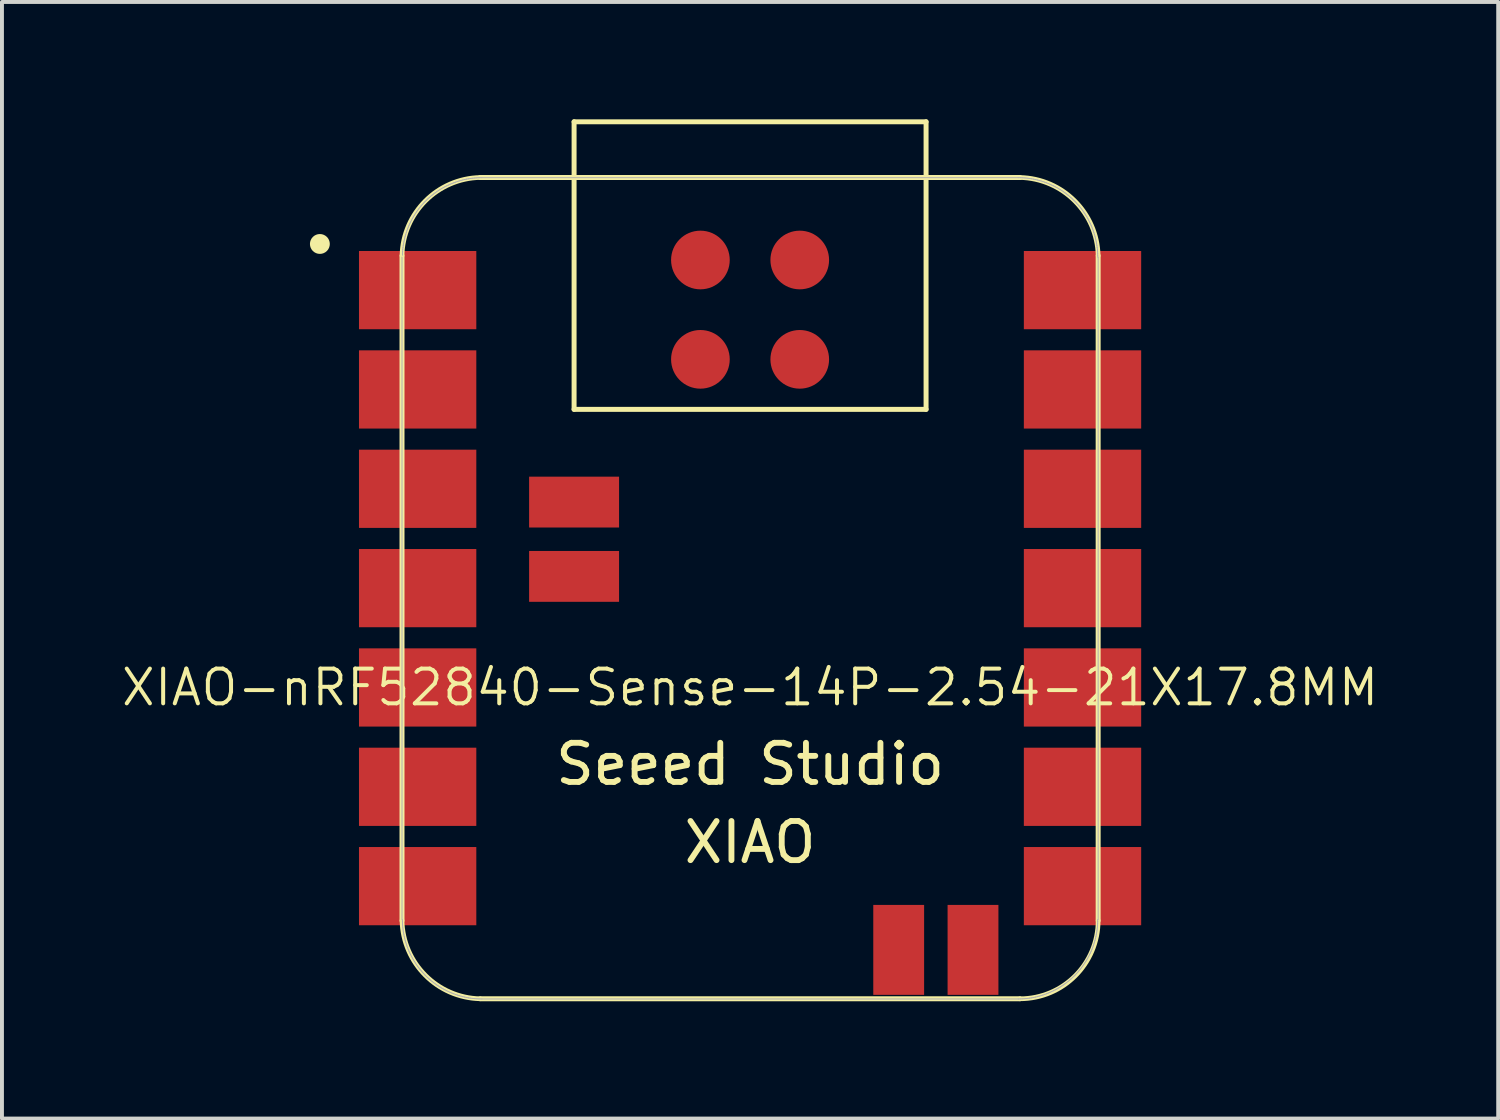
<source format=kicad_pcb>
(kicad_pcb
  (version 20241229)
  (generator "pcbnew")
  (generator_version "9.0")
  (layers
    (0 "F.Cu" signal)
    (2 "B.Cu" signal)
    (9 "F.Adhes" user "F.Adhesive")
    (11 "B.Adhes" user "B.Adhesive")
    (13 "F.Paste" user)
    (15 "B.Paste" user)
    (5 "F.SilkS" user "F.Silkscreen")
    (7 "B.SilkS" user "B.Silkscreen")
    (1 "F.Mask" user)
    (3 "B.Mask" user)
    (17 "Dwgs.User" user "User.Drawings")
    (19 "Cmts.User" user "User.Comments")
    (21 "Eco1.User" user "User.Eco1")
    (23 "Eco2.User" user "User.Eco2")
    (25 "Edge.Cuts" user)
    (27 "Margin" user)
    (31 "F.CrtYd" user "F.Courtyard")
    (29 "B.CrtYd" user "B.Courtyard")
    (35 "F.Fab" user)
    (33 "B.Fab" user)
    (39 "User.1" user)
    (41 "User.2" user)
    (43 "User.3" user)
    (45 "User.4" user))
  (footprint "XIAO-nRF52840-Sense-14P-2.54-21X17.8MM"
    (layer "F.Cu")
    (at 16.129 11.988)
    (property "Reference" "XIAO-nRF52840-Sense-14P-2.54-21X17.8MM" (at 0 2.54 0) (layer "F.SilkS") (effects (font (size 0.889 0.889) (thickness 0.102))))
    (attr smd)
    (fp_line (start -8.9 -8.5) (end -8.9 8.5) (stroke (width 0.127) (type solid)) (layer "F.SilkS"))
    (fp_line (start -6.9 10.5) (end 6.9 10.5) (stroke (width 0.127) (type solid)) (layer "F.SilkS"))
    (fp_line (start -4.5 -11.924) (end 4.5 -11.924) (stroke (width 0.127) (type solid)) (layer "F.SilkS"))
    (fp_line (start -4.5 -4.571) (end -4.5 -11.924) (stroke (width 0.127) (type solid)) (layer "F.SilkS"))
    (fp_line (start 4.5 -11.924) (end 4.5 -4.571) (stroke (width 0.127) (type solid)) (layer "F.SilkS"))
    (fp_line (start 4.5 -4.571) (end -4.5 -4.571) (stroke (width 0.127) (type solid)) (layer "F.SilkS"))
    (fp_line (start 6.9 -10.499) (end -6.9 -10.499) (stroke (width 0.127) (type solid)) (layer "F.SilkS"))
    (fp_line (start 8.9 8.5) (end 8.9 -8.5) (stroke (width 0.127) (type solid)) (layer "F.SilkS"))
    (fp_arc (start -8.9 -8.5) (mid -8.301491 -9.901491) (end -6.9 -10.5) (stroke (width 0.12) (type solid)) (layer "F.SilkS"))
    (fp_arc (start -6.9 10.5) (mid -8.301423 9.901423) (end -8.9 8.5) (stroke (width 0.12) (type solid)) (layer "F.SilkS"))
    (fp_arc (start 6.9 -10.5) (mid 8.301491 -9.901491) (end 8.9 -8.5) (stroke (width 0.12) (type solid)) (layer "F.SilkS"))
    (fp_arc (start 8.9 8.5) (mid 8.314214 9.914214) (end 6.9 10.5) (stroke (width 0.12) (type solid)) (layer "F.SilkS"))
    (fp_circle (center -11 -8.8) (end -11 -9.054) (stroke (width 0) (type solid)) (fill yes) (layer "F.SilkS"))
    (fp_poly (pts (xy -8.888 -8.562) (xy -8.885 -8.61) (xy -8.881 -8.659)) (stroke (width 0.025) (type solid)) (fill no) (layer "F.SilkS"))
    (fp_poly (pts (xy 8.889 8.522) (xy 8.888 8.571) (xy 8.885 8.62) (xy 8.881 8.669) (xy 8.875 8.717) (xy 8.869 8.766) (xy 8.861 8.815) (xy 8.852 8.863) (xy 8.842 8.911)) (stroke (width 0.025) (type solid)) (fill no) (layer "F.SilkS"))
    (fp_line (start -8.9 -8.463) (end -8.9 8.473) (stroke (width 0.025) (type solid)) (layer "F.Fab"))
    (fp_line (start -8.89 8.473) (end -8.889 8.522) (stroke (width 0.025) (type solid)) (layer "F.Fab"))
    (fp_line (start -8.889 8.522) (end -8.888 8.571) (stroke (width 0.025) (type solid)) (layer "F.Fab"))
    (fp_line (start -8.888 -8.562) (end -8.889 -8.512) (stroke (width 0.025) (type solid)) (layer "F.Fab"))
    (fp_line (start -8.888 8.571) (end -8.885 8.62) (stroke (width 0.025) (type solid)) (layer "F.Fab"))
    (fp_line (start -8.885 -8.61) (end -8.888 -8.562) (stroke (width 0.025) (type solid)) (layer "F.Fab"))
    (fp_line (start -8.885 8.62) (end -8.881 8.669) (stroke (width 0.025) (type solid)) (layer "F.Fab"))
    (fp_line (start -8.881 -8.659) (end -8.885 -8.61) (stroke (width 0.025) (type solid)) (layer "F.Fab"))
    (fp_line (start -8.881 8.669) (end -8.875 8.717) (stroke (width 0.025) (type solid)) (layer "F.Fab"))
    (fp_line (start -8.875 -8.708) (end -8.881 -8.659) (stroke (width 0.025) (type solid)) (layer "F.Fab"))
    (fp_line (start -8.875 8.717) (end -8.869 8.766) (stroke (width 0.025) (type solid)) (layer "F.Fab"))
    (fp_line (start -8.869 -8.757) (end -8.875 -8.708) (stroke (width 0.025) (type solid)) (layer "F.Fab"))
    (fp_line (start -8.869 8.766) (end -8.861 8.815) (stroke (width 0.025) (type solid)) (layer "F.Fab"))
    (fp_line (start -8.861 -8.806) (end -8.869 -8.757) (stroke (width 0.025) (type solid)) (layer "F.Fab"))
    (fp_line (start -8.861 8.815) (end -8.852 8.863) (stroke (width 0.025) (type solid)) (layer "F.Fab"))
    (fp_line (start -8.852 -8.854) (end -8.861 -8.806) (stroke (width 0.025) (type solid)) (layer "F.Fab"))
    (fp_line (start -8.852 8.863) (end -8.842 8.911) (stroke (width 0.025) (type solid)) (layer "F.Fab"))
    (fp_line (start -8.842 -8.902) (end -8.852 -8.854) (stroke (width 0.025) (type solid)) (layer "F.Fab"))
    (fp_line (start -8.842 8.911) (end -8.831 8.959) (stroke (width 0.025) (type solid)) (layer "F.Fab"))
    (fp_line (start -8.831 -8.95) (end -8.842 -8.902) (stroke (width 0.025) (type solid)) (layer "F.Fab"))
    (fp_line (start -8.831 8.959) (end -8.819 9.006) (stroke (width 0.025) (type solid)) (layer "F.Fab"))
    (fp_line (start -8.819 -8.997) (end -8.831 -8.95) (stroke (width 0.025) (type solid)) (layer "F.Fab"))
    (fp_line (start -8.819 9.006) (end -8.805 9.054) (stroke (width 0.025) (type solid)) (layer "F.Fab"))
    (fp_line (start -8.805 -9.045) (end -8.819 -8.997) (stroke (width 0.025) (type solid)) (layer "F.Fab"))
    (fp_line (start -8.805 9.054) (end -8.79 9.1) (stroke (width 0.025) (type solid)) (layer "F.Fab"))
    (fp_line (start -8.79 -9.091) (end -8.805 -9.045) (stroke (width 0.025) (type solid)) (layer "F.Fab"))
    (fp_line (start -8.79 9.1) (end -8.775 9.147) (stroke (width 0.025) (type solid)) (layer "F.Fab"))
    (fp_line (start -8.775 -9.138) (end -8.79 -9.091) (stroke (width 0.025) (type solid)) (layer "F.Fab"))
    (fp_line (start -8.775 9.147) (end -8.758 9.193) (stroke (width 0.025) (type solid)) (layer "F.Fab"))
    (fp_line (start -8.758 -9.184) (end -8.775 -9.138) (stroke (width 0.025) (type solid)) (layer "F.Fab"))
    (fp_line (start -8.758 9.193) (end -8.74 9.239) (stroke (width 0.025) (type solid)) (layer "F.Fab"))
    (fp_line (start -8.74 -9.23) (end -8.758 -9.184) (stroke (width 0.025) (type solid)) (layer "F.Fab"))
    (fp_line (start -8.74 9.239) (end -8.721 9.284) (stroke (width 0.025) (type solid)) (layer "F.Fab"))
    (fp_line (start -8.721 -9.275) (end -8.74 -9.23) (stroke (width 0.025) (type solid)) (layer "F.Fab"))
    (fp_line (start -8.721 9.284) (end -8.701 9.329) (stroke (width 0.025) (type solid)) (layer "F.Fab"))
    (fp_line (start -8.701 -9.32) (end -8.721 -9.275) (stroke (width 0.025) (type solid)) (layer "F.Fab"))
    (fp_line (start -8.701 9.329) (end -8.679 9.373) (stroke (width 0.025) (type solid)) (layer "F.Fab"))
    (fp_line (start -8.679 -9.364) (end -8.701 -9.32) (stroke (width 0.025) (type solid)) (layer "F.Fab"))
    (fp_line (start -8.679 9.373) (end -8.657 9.417) (stroke (width 0.025) (type solid)) (layer "F.Fab"))
    (fp_line (start -8.657 -9.408) (end -8.679 -9.364) (stroke (width 0.025) (type solid)) (layer "F.Fab"))
    (fp_line (start -8.657 9.417) (end -8.634 9.46) (stroke (width 0.025) (type solid)) (layer "F.Fab"))
    (fp_line (start -8.634 -9.451) (end -8.657 -9.408) (stroke (width 0.025) (type solid)) (layer "F.Fab"))
    (fp_line (start -8.634 9.46) (end -8.61 9.503) (stroke (width 0.025) (type solid)) (layer "F.Fab"))
    (fp_line (start -8.61 -9.494) (end -8.634 -9.451) (stroke (width 0.025) (type solid)) (layer "F.Fab"))
    (fp_line (start -8.61 9.503) (end -8.584 9.545) (stroke (width 0.025) (type solid)) (layer "F.Fab"))
    (fp_line (start -8.584 -9.536) (end -8.61 -9.494) (stroke (width 0.025) (type solid)) (layer "F.Fab"))
    (fp_line (start -8.584 9.545) (end -8.558 9.586) (stroke (width 0.025) (type solid)) (layer "F.Fab"))
    (fp_line (start -8.558 -9.577) (end -8.584 -9.536) (stroke (width 0.025) (type solid)) (layer "F.Fab"))
    (fp_line (start -8.558 9.586) (end -8.53 9.627) (stroke (width 0.025) (type solid)) (layer "F.Fab"))
    (fp_line (start -8.53 -9.618) (end -8.558 -9.577) (stroke (width 0.025) (type solid)) (layer "F.Fab"))
    (fp_line (start -8.53 9.627) (end -8.502 9.667) (stroke (width 0.025) (type solid)) (layer "F.Fab"))
    (fp_line (start -8.502 -9.658) (end -8.53 -9.618) (stroke (width 0.025) (type solid)) (layer "F.Fab"))
    (fp_line (start -8.502 9.667) (end -8.473 9.706) (stroke (width 0.025) (type solid)) (layer "F.Fab"))
    (fp_line (start -8.473 -9.697) (end -8.502 -9.658) (stroke (width 0.025) (type solid)) (layer "F.Fab"))
    (fp_line (start -8.473 9.706) (end -8.442 9.745) (stroke (width 0.025) (type solid)) (layer "F.Fab"))
    (fp_line (start -8.442 -9.736) (end -8.473 -9.697) (stroke (width 0.025) (type solid)) (layer "F.Fab"))
    (fp_line (start -8.442 9.745) (end -8.411 9.783) (stroke (width 0.025) (type solid)) (layer "F.Fab"))
    (fp_line (start -8.411 -9.774) (end -8.442 -9.736) (stroke (width 0.025) (type solid)) (layer "F.Fab"))
    (fp_line (start -8.411 9.783) (end -8.379 9.82) (stroke (width 0.025) (type solid)) (layer "F.Fab"))
    (fp_line (start -8.379 -9.811) (end -8.411 -9.774) (stroke (width 0.025) (type solid)) (layer "F.Fab"))
    (fp_line (start -8.379 9.82) (end -8.346 9.856) (stroke (width 0.025) (type solid)) (layer "F.Fab"))
    (fp_line (start -8.346 -9.847) (end -8.379 -9.811) (stroke (width 0.025) (type solid)) (layer "F.Fab"))
    (fp_line (start -8.346 9.856) (end -8.312 9.892) (stroke (width 0.025) (type solid)) (layer "F.Fab"))
    (fp_line (start -8.312 -9.883) (end -8.346 -9.847) (stroke (width 0.025) (type solid)) (layer "F.Fab"))
    (fp_line (start -8.312 9.892) (end -8.277 9.927) (stroke (width 0.025) (type solid)) (layer "F.Fab"))
    (fp_line (start -8.277 -9.918) (end -8.312 -9.883) (stroke (width 0.025) (type solid)) (layer "F.Fab"))
    (fp_line (start -8.277 9.927) (end -8.242 9.96) (stroke (width 0.025) (type solid)) (layer "F.Fab"))
    (fp_line (start -8.242 -9.951) (end -8.277 -9.918) (stroke (width 0.025) (type solid)) (layer "F.Fab"))
    (fp_line (start -8.242 9.96) (end -8.205 9.994) (stroke (width 0.025) (type solid)) (layer "F.Fab"))
    (fp_line (start -8.205 -9.984) (end -8.242 -9.951) (stroke (width 0.025) (type solid)) (layer "F.Fab"))
    (fp_line (start -8.205 9.994) (end -8.168 10.026) (stroke (width 0.025) (type solid)) (layer "F.Fab"))
    (fp_line (start -8.168 -10.017) (end -8.205 -9.984) (stroke (width 0.025) (type solid)) (layer "F.Fab"))
    (fp_line (start -8.168 10.026) (end -8.13 10.057) (stroke (width 0.025) (type solid)) (layer "F.Fab"))
    (fp_line (start -8.13 -10.048) (end -8.168 -10.017) (stroke (width 0.025) (type solid)) (layer "F.Fab"))
    (fp_line (start -8.13 10.057) (end -8.092 10.087) (stroke (width 0.025) (type solid)) (layer "F.Fab"))
    (fp_line (start -8.092 -10.078) (end -8.13 -10.048) (stroke (width 0.025) (type solid)) (layer "F.Fab"))
    (fp_line (start -8.092 10.087) (end -8.052 10.116) (stroke (width 0.025) (type solid)) (layer "F.Fab"))
    (fp_line (start -8.052 -10.107) (end -8.092 -10.078) (stroke (width 0.025) (type solid)) (layer "F.Fab"))
    (fp_line (start -8.052 10.116) (end -8.012 10.145) (stroke (width 0.025) (type solid)) (layer "F.Fab"))
    (fp_line (start -8.012 -10.136) (end -8.052 -10.107) (stroke (width 0.025) (type solid)) (layer "F.Fab"))
    (fp_line (start -8.012 10.145) (end -7.972 10.172) (stroke (width 0.025) (type solid)) (layer "F.Fab"))
    (fp_line (start -7.972 -10.163) (end -8.012 -10.136) (stroke (width 0.025) (type solid)) (layer "F.Fab"))
    (fp_line (start -7.972 10.172) (end -7.93 10.199) (stroke (width 0.025) (type solid)) (layer "F.Fab"))
    (fp_line (start -7.93 -10.19) (end -7.972 -10.163) (stroke (width 0.025) (type solid)) (layer "F.Fab"))
    (fp_line (start -7.93 10.199) (end -7.888 10.224) (stroke (width 0.025) (type solid)) (layer "F.Fab"))
    (fp_line (start -7.888 -10.215) (end -7.93 -10.19) (stroke (width 0.025) (type solid)) (layer "F.Fab"))
    (fp_line (start -7.888 10.224) (end -7.846 10.249) (stroke (width 0.025) (type solid)) (layer "F.Fab"))
    (fp_line (start -7.846 -10.239) (end -7.888 -10.215) (stroke (width 0.025) (type solid)) (layer "F.Fab"))
    (fp_line (start -7.846 10.249) (end -7.802 10.272) (stroke (width 0.025) (type solid)) (layer "F.Fab"))
    (fp_line (start -7.802 -10.263) (end -7.846 -10.239) (stroke (width 0.025) (type solid)) (layer "F.Fab"))
    (fp_line (start -7.802 10.272) (end -7.759 10.294) (stroke (width 0.025) (type solid)) (layer "F.Fab"))
    (fp_line (start -7.759 -10.285) (end -7.802 -10.263) (stroke (width 0.025) (type solid)) (layer "F.Fab"))
    (fp_line (start -7.759 10.294) (end -7.714 10.315) (stroke (width 0.025) (type solid)) (layer "F.Fab"))
    (fp_line (start -7.714 -10.306) (end -7.759 -10.285) (stroke (width 0.025) (type solid)) (layer "F.Fab"))
    (fp_line (start -7.714 10.315) (end -7.67 10.335) (stroke (width 0.025) (type solid)) (layer "F.Fab"))
    (fp_line (start -7.67 -10.326) (end -7.714 -10.306) (stroke (width 0.025) (type solid)) (layer "F.Fab"))
    (fp_line (start -7.67 10.335) (end -7.624 10.354) (stroke (width 0.025) (type solid)) (layer "F.Fab"))
    (fp_line (start -7.624 -10.345) (end -7.67 -10.326) (stroke (width 0.025) (type solid)) (layer "F.Fab"))
    (fp_line (start -7.624 10.354) (end -7.579 10.372) (stroke (width 0.025) (type solid)) (layer "F.Fab"))
    (fp_line (start -7.579 -10.363) (end -7.624 -10.345) (stroke (width 0.025) (type solid)) (layer "F.Fab"))
    (fp_line (start -7.579 10.372) (end -7.532 10.389) (stroke (width 0.025) (type solid)) (layer "F.Fab"))
    (fp_line (start -7.532 -10.38) (end -7.579 -10.363) (stroke (width 0.025) (type solid)) (layer "F.Fab"))
    (fp_line (start -7.532 10.389) (end -7.486 10.405) (stroke (width 0.025) (type solid)) (layer "F.Fab"))
    (fp_line (start -7.486 -10.396) (end -7.532 -10.38) (stroke (width 0.025) (type solid)) (layer "F.Fab"))
    (fp_line (start -7.486 10.405) (end -7.439 10.42) (stroke (width 0.025) (type solid)) (layer "F.Fab"))
    (fp_line (start -7.439 -10.411) (end -7.486 -10.396) (stroke (width 0.025) (type solid)) (layer "F.Fab"))
    (fp_line (start -7.439 10.42) (end -7.392 10.433) (stroke (width 0.025) (type solid)) (layer "F.Fab"))
    (fp_line (start -7.392 -10.424) (end -7.439 -10.411) (stroke (width 0.025) (type solid)) (layer "F.Fab"))
    (fp_line (start -7.392 10.433) (end -7.344 10.446) (stroke (width 0.025) (type solid)) (layer "F.Fab"))
    (fp_line (start -7.344 -10.436) (end -7.392 -10.424) (stroke (width 0.025) (type solid)) (layer "F.Fab"))
    (fp_line (start -7.344 10.446) (end -7.296 10.457) (stroke (width 0.025) (type solid)) (layer "F.Fab"))
    (fp_line (start -7.296 -10.448) (end -7.344 -10.436) (stroke (width 0.025) (type solid)) (layer "F.Fab"))
    (fp_line (start -7.296 10.457) (end -7.248 10.467) (stroke (width 0.025) (type solid)) (layer "F.Fab"))
    (fp_line (start -7.248 -10.458) (end -7.296 -10.448) (stroke (width 0.025) (type solid)) (layer "F.Fab"))
    (fp_line (start -7.248 10.467) (end -7.2 10.476) (stroke (width 0.025) (type solid)) (layer "F.Fab"))
    (fp_line (start -7.2 -10.466) (end -7.248 -10.458) (stroke (width 0.025) (type solid)) (layer "F.Fab"))
    (fp_line (start -7.2 10.476) (end -7.152 10.483) (stroke (width 0.025) (type solid)) (layer "F.Fab"))
    (fp_line (start -7.152 -10.474) (end -7.2 -10.466) (stroke (width 0.025) (type solid)) (layer "F.Fab"))
    (fp_line (start -7.152 10.483) (end -7.103 10.49) (stroke (width 0.025) (type solid)) (layer "F.Fab"))
    (fp_line (start -7.103 -10.481) (end -7.152 -10.474) (stroke (width 0.025) (type solid)) (layer "F.Fab"))
    (fp_line (start -7.103 10.49) (end -7.054 10.495) (stroke (width 0.025) (type solid)) (layer "F.Fab"))
    (fp_line (start -7.054 -10.486) (end -7.103 -10.481) (stroke (width 0.025) (type solid)) (layer "F.Fab"))
    (fp_line (start -7.054 10.495) (end -7.005 10.499) (stroke (width 0.025) (type solid)) (layer "F.Fab"))
    (fp_line (start -7.005 -10.49) (end -7.054 -10.486) (stroke (width 0.025) (type solid)) (layer "F.Fab"))
    (fp_line (start -7.005 10.499) (end -6.956 10.502) (stroke (width 0.025) (type solid)) (layer "F.Fab"))
    (fp_line (start -6.956 -10.493) (end -7.005 -10.49) (stroke (width 0.025) (type solid)) (layer "F.Fab"))
    (fp_line (start -6.956 10.502) (end -6.907 10.504) (stroke (width 0.025) (type solid)) (layer "F.Fab"))
    (fp_line (start -6.907 -10.495) (end -6.956 -10.493) (stroke (width 0.025) (type solid)) (layer "F.Fab"))
    (fp_line (start -6.907 10.504) (end -6.858 10.505) (stroke (width 0.025) (type solid)) (layer "F.Fab"))
    (fp_line (start -6.858 -10.495) (end -6.907 -10.495) (stroke (width 0.025) (type solid)) (layer "F.Fab"))
    (fp_line (start -6.858 10.505) (end 6.858 10.505) (stroke (width 0.025) (type solid)) (layer "F.Fab"))
    (fp_line (start 6.858 -10.495) (end -6.858 -10.495) (stroke (width 0.025) (type solid)) (layer "F.Fab"))
    (fp_line (start 6.858 10.505) (end 6.907 10.504) (stroke (width 0.025) (type solid)) (layer "F.Fab"))
    (fp_line (start 6.907 -10.495) (end 6.858 -10.495) (stroke (width 0.025) (type solid)) (layer "F.Fab"))
    (fp_line (start 6.907 10.504) (end 6.956 10.502) (stroke (width 0.025) (type solid)) (layer "F.Fab"))
    (fp_line (start 6.956 -10.493) (end 6.907 -10.495) (stroke (width 0.025) (type solid)) (layer "F.Fab"))
    (fp_line (start 6.956 10.502) (end 7.005 10.499) (stroke (width 0.025) (type solid)) (layer "F.Fab"))
    (fp_line (start 7.005 -10.49) (end 6.956 -10.493) (stroke (width 0.025) (type solid)) (layer "F.Fab"))
    (fp_line (start 7.005 10.499) (end 7.054 10.495) (stroke (width 0.025) (type solid)) (layer "F.Fab"))
    (fp_line (start 7.054 -10.486) (end 7.005 -10.49) (stroke (width 0.025) (type solid)) (layer "F.Fab"))
    (fp_line (start 7.054 10.495) (end 7.103 10.49) (stroke (width 0.025) (type solid)) (layer "F.Fab"))
    (fp_line (start 7.103 -10.481) (end 7.054 -10.486) (stroke (width 0.025) (type solid)) (layer "F.Fab"))
    (fp_line (start 7.103 10.49) (end 7.152 10.483) (stroke (width 0.025) (type solid)) (layer "F.Fab"))
    (fp_line (start 7.152 -10.474) (end 7.103 -10.481) (stroke (width 0.025) (type solid)) (layer "F.Fab"))
    (fp_line (start 7.152 10.483) (end 7.2 10.476) (stroke (width 0.025) (type solid)) (layer "F.Fab"))
    (fp_line (start 7.2 -10.466) (end 7.152 -10.474) (stroke (width 0.025) (type solid)) (layer "F.Fab"))
    (fp_line (start 7.2 10.476) (end 7.248 10.467) (stroke (width 0.025) (type solid)) (layer "F.Fab"))
    (fp_line (start 7.248 -10.458) (end 7.2 -10.466) (stroke (width 0.025) (type solid)) (layer "F.Fab"))
    (fp_line (start 7.248 10.467) (end 7.296 10.457) (stroke (width 0.025) (type solid)) (layer "F.Fab"))
    (fp_line (start 7.296 -10.448) (end 7.248 -10.458) (stroke (width 0.025) (type solid)) (layer "F.Fab"))
    (fp_line (start 7.296 10.457) (end 7.344 10.446) (stroke (width 0.025) (type solid)) (layer "F.Fab"))
    (fp_line (start 7.344 -10.436) (end 7.296 -10.448) (stroke (width 0.025) (type solid)) (layer "F.Fab"))
    (fp_line (start 7.344 10.446) (end 7.392 10.433) (stroke (width 0.025) (type solid)) (layer "F.Fab"))
    (fp_line (start 7.392 -10.424) (end 7.344 -10.436) (stroke (width 0.025) (type solid)) (layer "F.Fab"))
    (fp_line (start 7.392 10.433) (end 7.439 10.42) (stroke (width 0.025) (type solid)) (layer "F.Fab"))
    (fp_line (start 7.439 -10.411) (end 7.392 -10.424) (stroke (width 0.025) (type solid)) (layer "F.Fab"))
    (fp_line (start 7.439 10.42) (end 7.486 10.405) (stroke (width 0.025) (type solid)) (layer "F.Fab"))
    (fp_line (start 7.486 -10.396) (end 7.439 -10.411) (stroke (width 0.025) (type solid)) (layer "F.Fab"))
    (fp_line (start 7.486 10.405) (end 7.532 10.389) (stroke (width 0.025) (type solid)) (layer "F.Fab"))
    (fp_line (start 7.532 -10.38) (end 7.486 -10.396) (stroke (width 0.025) (type solid)) (layer "F.Fab"))
    (fp_line (start 7.532 10.389) (end 7.579 10.372) (stroke (width 0.025) (type solid)) (layer "F.Fab"))
    (fp_line (start 7.579 -10.363) (end 7.532 -10.38) (stroke (width 0.025) (type solid)) (layer "F.Fab"))
    (fp_line (start 7.579 10.372) (end 7.624 10.354) (stroke (width 0.025) (type solid)) (layer "F.Fab"))
    (fp_line (start 7.624 -10.345) (end 7.579 -10.363) (stroke (width 0.025) (type solid)) (layer "F.Fab"))
    (fp_line (start 7.624 10.354) (end 7.67 10.335) (stroke (width 0.025) (type solid)) (layer "F.Fab"))
    (fp_line (start 7.67 -10.326) (end 7.624 -10.345) (stroke (width 0.025) (type solid)) (layer "F.Fab"))
    (fp_line (start 7.67 10.335) (end 7.714 10.315) (stroke (width 0.025) (type solid)) (layer "F.Fab"))
    (fp_line (start 7.714 -10.306) (end 7.67 -10.326) (stroke (width 0.025) (type solid)) (layer "F.Fab"))
    (fp_line (start 7.714 10.315) (end 7.759 10.294) (stroke (width 0.025) (type solid)) (layer "F.Fab"))
    (fp_line (start 7.759 -10.285) (end 7.714 -10.306) (stroke (width 0.025) (type solid)) (layer "F.Fab"))
    (fp_line (start 7.759 10.294) (end 7.802 10.272) (stroke (width 0.025) (type solid)) (layer "F.Fab"))
    (fp_line (start 7.802 -10.263) (end 7.759 -10.285) (stroke (width 0.025) (type solid)) (layer "F.Fab"))
    (fp_line (start 7.802 10.272) (end 7.846 10.249) (stroke (width 0.025) (type solid)) (layer "F.Fab"))
    (fp_line (start 7.846 -10.239) (end 7.802 -10.263) (stroke (width 0.025) (type solid)) (layer "F.Fab"))
    (fp_line (start 7.846 10.249) (end 7.888 10.224) (stroke (width 0.025) (type solid)) (layer "F.Fab"))
    (fp_line (start 7.888 -10.215) (end 7.846 -10.239) (stroke (width 0.025) (type solid)) (layer "F.Fab"))
    (fp_line (start 7.888 10.224) (end 7.93 10.199) (stroke (width 0.025) (type solid)) (layer "F.Fab"))
    (fp_line (start 7.93 -10.19) (end 7.888 -10.215) (stroke (width 0.025) (type solid)) (layer "F.Fab"))
    (fp_line (start 7.93 10.199) (end 7.972 10.172) (stroke (width 0.025) (type solid)) (layer "F.Fab"))
    (fp_line (start 7.972 -10.163) (end 7.93 -10.19) (stroke (width 0.025) (type solid)) (layer "F.Fab"))
    (fp_line (start 7.972 10.172) (end 8.012 10.145) (stroke (width 0.025) (type solid)) (layer "F.Fab"))
    (fp_line (start 8.012 -10.136) (end 7.972 -10.163) (stroke (width 0.025) (type solid)) (layer "F.Fab"))
    (fp_line (start 8.012 10.145) (end 8.052 10.116) (stroke (width 0.025) (type solid)) (layer "F.Fab"))
    (fp_line (start 8.052 -10.107) (end 8.012 -10.136) (stroke (width 0.025) (type solid)) (layer "F.Fab"))
    (fp_line (start 8.052 10.116) (end 8.092 10.087) (stroke (width 0.025) (type solid)) (layer "F.Fab"))
    (fp_line (start 8.092 -10.078) (end 8.052 -10.107) (stroke (width 0.025) (type solid)) (layer "F.Fab"))
    (fp_line (start 8.092 10.087) (end 8.13 10.057) (stroke (width 0.025) (type solid)) (layer "F.Fab"))
    (fp_line (start 8.13 -10.048) (end 8.092 -10.078) (stroke (width 0.025) (type solid)) (layer "F.Fab"))
    (fp_line (start 8.13 10.057) (end 8.168 10.026) (stroke (width 0.025) (type solid)) (layer "F.Fab"))
    (fp_line (start 8.168 -10.017) (end 8.13 -10.048) (stroke (width 0.025) (type solid)) (layer "F.Fab"))
    (fp_line (start 8.168 10.026) (end 8.205 9.994) (stroke (width 0.025) (type solid)) (layer "F.Fab"))
    (fp_line (start 8.205 -9.984) (end 8.168 -10.017) (stroke (width 0.025) (type solid)) (layer "F.Fab"))
    (fp_line (start 8.205 9.994) (end 8.242 9.96) (stroke (width 0.025) (type solid)) (layer "F.Fab"))
    (fp_line (start 8.242 -9.951) (end 8.205 -9.984) (stroke (width 0.025) (type solid)) (layer "F.Fab"))
    (fp_line (start 8.242 9.96) (end 8.277 9.927) (stroke (width 0.025) (type solid)) (layer "F.Fab"))
    (fp_line (start 8.277 -9.918) (end 8.242 -9.951) (stroke (width 0.025) (type solid)) (layer "F.Fab"))
    (fp_line (start 8.277 9.927) (end 8.312 9.892) (stroke (width 0.025) (type solid)) (layer "F.Fab"))
    (fp_line (start 8.312 -9.883) (end 8.277 -9.918) (stroke (width 0.025) (type solid)) (layer "F.Fab"))
    (fp_line (start 8.312 9.892) (end 8.346 9.856) (stroke (width 0.025) (type solid)) (layer "F.Fab"))
    (fp_line (start 8.346 -9.847) (end 8.312 -9.883) (stroke (width 0.025) (type solid)) (layer "F.Fab"))
    (fp_line (start 8.346 9.856) (end 8.379 9.82) (stroke (width 0.025) (type solid)) (layer "F.Fab"))
    (fp_line (start 8.379 -9.811) (end 8.346 -9.847) (stroke (width 0.025) (type solid)) (layer "F.Fab"))
    (fp_line (start 8.379 9.82) (end 8.411 9.783) (stroke (width 0.025) (type solid)) (layer "F.Fab"))
    (fp_line (start 8.411 -9.774) (end 8.379 -9.811) (stroke (width 0.025) (type solid)) (layer "F.Fab"))
    (fp_line (start 8.411 9.783) (end 8.442 9.745) (stroke (width 0.025) (type solid)) (layer "F.Fab"))
    (fp_line (start 8.442 -9.736) (end 8.411 -9.774) (stroke (width 0.025) (type solid)) (layer "F.Fab"))
    (fp_line (start 8.442 9.745) (end 8.473 9.706) (stroke (width 0.025) (type solid)) (layer "F.Fab"))
    (fp_line (start 8.473 -9.697) (end 8.442 -9.736) (stroke (width 0.025) (type solid)) (layer "F.Fab"))
    (fp_line (start 8.473 9.706) (end 8.502 9.667) (stroke (width 0.025) (type solid)) (layer "F.Fab"))
    (fp_line (start 8.502 -9.658) (end 8.473 -9.697) (stroke (width 0.025) (type solid)) (layer "F.Fab"))
    (fp_line (start 8.502 9.667) (end 8.53 9.627) (stroke (width 0.025) (type solid)) (layer "F.Fab"))
    (fp_line (start 8.53 -9.618) (end 8.502 -9.658) (stroke (width 0.025) (type solid)) (layer "F.Fab"))
    (fp_line (start 8.53 9.627) (end 8.558 9.586) (stroke (width 0.025) (type solid)) (layer "F.Fab"))
    (fp_line (start 8.558 -9.577) (end 8.53 -9.618) (stroke (width 0.025) (type solid)) (layer "F.Fab"))
    (fp_line (start 8.558 9.586) (end 8.584 9.545) (stroke (width 0.025) (type solid)) (layer "F.Fab"))
    (fp_line (start 8.584 -9.536) (end 8.558 -9.577) (stroke (width 0.025) (type solid)) (layer "F.Fab"))
    (fp_line (start 8.584 9.545) (end 8.61 9.503) (stroke (width 0.025) (type solid)) (layer "F.Fab"))
    (fp_line (start 8.61 -9.494) (end 8.584 -9.536) (stroke (width 0.025) (type solid)) (layer "F.Fab"))
    (fp_line (start 8.61 9.503) (end 8.634 9.46) (stroke (width 0.025) (type solid)) (layer "F.Fab"))
    (fp_line (start 8.634 -9.451) (end 8.61 -9.494) (stroke (width 0.025) (type solid)) (layer "F.Fab"))
    (fp_line (start 8.634 9.46) (end 8.657 9.417) (stroke (width 0.025) (type solid)) (layer "F.Fab"))
    (fp_line (start 8.657 -9.408) (end 8.634 -9.451) (stroke (width 0.025) (type solid)) (layer "F.Fab"))
    (fp_line (start 8.657 9.417) (end 8.679 9.373) (stroke (width 0.025) (type solid)) (layer "F.Fab"))
    (fp_line (start 8.679 -9.364) (end 8.657 -9.408) (stroke (width 0.025) (type solid)) (layer "F.Fab"))
    (fp_line (start 8.679 9.373) (end 8.701 9.329) (stroke (width 0.025) (type solid)) (layer "F.Fab"))
    (fp_line (start 8.701 -9.32) (end 8.679 -9.364) (stroke (width 0.025) (type solid)) (layer "F.Fab"))
    (fp_line (start 8.701 9.329) (end 8.721 9.284) (stroke (width 0.025) (type solid)) (layer "F.Fab"))
    (fp_line (start 8.721 -9.275) (end 8.701 -9.32) (stroke (width 0.025) (type solid)) (layer "F.Fab"))
    (fp_line (start 8.721 9.284) (end 8.74 9.239) (stroke (width 0.025) (type solid)) (layer "F.Fab"))
    (fp_line (start 8.74 -9.23) (end 8.721 -9.275) (stroke (width 0.025) (type solid)) (layer "F.Fab"))
    (fp_line (start 8.74 9.239) (end 8.758 9.193) (stroke (width 0.025) (type solid)) (layer "F.Fab"))
    (fp_line (start 8.758 -9.184) (end 8.74 -9.23) (stroke (width 0.025) (type solid)) (layer "F.Fab"))
    (fp_line (start 8.758 9.193) (end 8.775 9.147) (stroke (width 0.025) (type solid)) (layer "F.Fab"))
    (fp_line (start 8.775 -9.138) (end 8.758 -9.184) (stroke (width 0.025) (type solid)) (layer "F.Fab"))
    (fp_line (start 8.775 9.147) (end 8.79 9.1) (stroke (width 0.025) (type solid)) (layer "F.Fab"))
    (fp_line (start 8.79 -9.091) (end 8.775 -9.138) (stroke (width 0.025) (type solid)) (layer "F.Fab"))
    (fp_line (start 8.79 9.1) (end 8.805 9.054) (stroke (width 0.025) (type solid)) (layer "F.Fab"))
    (fp_line (start 8.805 -9.045) (end 8.79 -9.091) (stroke (width 0.025) (type solid)) (layer "F.Fab"))
    (fp_line (start 8.805 9.054) (end 8.819 9.006) (stroke (width 0.025) (type solid)) (layer "F.Fab"))
    (fp_line (start 8.819 -8.997) (end 8.805 -9.045) (stroke (width 0.025) (type solid)) (layer "F.Fab"))
    (fp_line (start 8.819 9.006) (end 8.831 8.959) (stroke (width 0.025) (type solid)) (layer "F.Fab"))
    (fp_line (start 8.831 -8.95) (end 8.819 -8.997) (stroke (width 0.025) (type solid)) (layer "F.Fab"))
    (fp_line (start 8.831 8.959) (end 8.842 8.911) (stroke (width 0.025) (type solid)) (layer "F.Fab"))
    (fp_line (start 8.842 -8.902) (end 8.831 -8.95) (stroke (width 0.025) (type solid)) (layer "F.Fab"))
    (fp_line (start 8.842 8.911) (end 8.852 8.863) (stroke (width 0.025) (type solid)) (layer "F.Fab"))
    (fp_line (start 8.852 -8.854) (end 8.842 -8.902) (stroke (width 0.025) (type solid)) (layer "F.Fab"))
    (fp_line (start 8.852 8.863) (end 8.861 8.815) (stroke (width 0.025) (type solid)) (layer "F.Fab"))
    (fp_line (start 8.861 -8.806) (end 8.852 -8.854) (stroke (width 0.025) (type solid)) (layer "F.Fab"))
    (fp_line (start 8.861 8.815) (end 8.869 8.766) (stroke (width 0.025) (type solid)) (layer "F.Fab"))
    (fp_line (start 8.869 -8.757) (end 8.861 -8.806) (stroke (width 0.025) (type solid)) (layer "F.Fab"))
    (fp_line (start 8.869 8.766) (end 8.875 8.717) (stroke (width 0.025) (type solid)) (layer "F.Fab"))
    (fp_line (start 8.875 -8.708) (end 8.869 -8.757) (stroke (width 0.025) (type solid)) (layer "F.Fab"))
    (fp_line (start 8.875 8.717) (end 8.881 8.669) (stroke (width 0.025) (type solid)) (layer "F.Fab"))
    (fp_line (start 8.881 -8.659) (end 8.875 -8.708) (stroke (width 0.025) (type solid)) (layer "F.Fab"))
    (fp_line (start 8.881 8.669) (end 8.885 8.62) (stroke (width 0.025) (type solid)) (layer "F.Fab"))
    (fp_line (start 8.885 -8.61) (end 8.881 -8.659) (stroke (width 0.025) (type solid)) (layer "F.Fab"))
    (fp_line (start 8.885 8.62) (end 8.888 8.571) (stroke (width 0.025) (type solid)) (layer "F.Fab"))
    (fp_line (start 8.888 -8.562) (end 8.885 -8.61) (stroke (width 0.025) (type solid)) (layer "F.Fab"))
    (fp_line (start 8.888 8.571) (end 8.889 8.522) (stroke (width 0.025) (type solid)) (layer "F.Fab"))
    (fp_line (start 8.889 -8.512) (end 8.888 -8.562) (stroke (width 0.025) (type solid)) (layer "F.Fab"))
    (fp_line (start 8.889 8.522) (end 8.89 8.473) (stroke (width 0.025) (type solid)) (layer "F.Fab"))
    (fp_line (start 8.89 -8.463) (end 8.889 -8.512) (stroke (width 0.025) (type solid)) (layer "F.Fab"))
    (fp_line (start 8.9 8.473) (end 8.9 -8.463) (stroke (width 0.025) (type solid)) (layer "F.Fab"))
    (fp_text user "XIAO" (at 0 6.5 0) (unlocked yes) (layer "F.SilkS") (effects (font (size 1 1) (thickness 0.15))))
    (fp_text user "Seeed Studio" (at 0 4.5 0) (unlocked yes) (layer "F.SilkS") (effects (font (size 1 1) (thickness 0.15))))
    (pad "" smd rect (at 3.8 9.25 90) (size 2.3 1.3) (layers "F.Cu" "F.Mask" "F.Paste"))
    (pad "" smd rect (at 5.7 9.25 90) (size 2.3 1.3) (layers "F.Cu" "F.Mask" "F.Paste"))
    (pad "1" smd rect (at -8.5 -7.62) (size 3 2) (layers "F.Cu" "F.Mask" "F.Paste"))
    (pad "2" smd rect (at -8.5 -5.08) (size 3 2) (layers "F.Cu" "F.Mask" "F.Paste"))
    (pad "3" smd rect (at -8.5 -2.54) (size 3 2) (layers "F.Cu" "F.Mask" "F.Paste"))
    (pad "4" smd rect (at -8.5 0) (size 3 2) (layers "F.Cu" "F.Mask" "F.Paste"))
    (pad "5" smd rect (at -8.5 2.54) (size 3 2) (layers "F.Cu" "F.Mask" "F.Paste"))
    (pad "6" smd rect (at -8.5 5.08 180) (size 3 2) (layers "F.Cu" "F.Mask" "F.Paste"))
    (pad "7" smd rect (at -8.5 7.62) (size 3 2) (layers "F.Cu" "F.Mask" "F.Paste"))
    (pad "8" smd rect (at 8.5 7.62) (size 3 2) (layers "F.Cu" "F.Mask" "F.Paste"))
    (pad "9" smd rect (at 8.5 5.08) (size 3 2) (layers "F.Cu" "F.Mask" "F.Paste"))
    (pad "10" smd rect (at 8.5 2.54) (size 3 2) (layers "F.Cu" "F.Mask" "F.Paste"))
    (pad "11" smd rect (at 8.5 0) (size 3 2) (layers "F.Cu" "F.Mask" "F.Paste"))
    (pad "12" smd rect (at 8.5 -2.54) (size 3 2) (layers "F.Cu" "F.Mask" "F.Paste"))
    (pad "13" smd rect (at 8.5 -5.08) (size 3 2) (layers "F.Cu" "F.Mask" "F.Paste"))
    (pad "14" smd rect (at 8.5 -7.62) (size 3 2) (layers "F.Cu" "F.Mask" "F.Paste"))
    (pad "17" smd circle (at -1.27 -8.39 90) (size 1.5 1.5) (layers "F.Cu" "F.Mask" "F.Paste"))
    (pad "18" smd circle (at 1.27 -8.39 90) (size 1.5 1.5) (layers "F.Cu" "F.Mask" "F.Paste"))
    (pad "19" smd circle (at -1.27 -5.85 90) (size 1.5 1.5) (layers "F.Cu" "F.Mask" "F.Paste"))
    (pad "20" smd circle (at 1.27 -5.85 90) (size 1.5 1.5) (layers "F.Cu" "F.Mask" "F.Paste"))
    (pad "21" smd rect (at -4.5 -2.2 180) (size 2.3 1.3) (layers "F.Cu" "F.Mask" "F.Paste"))
    (pad "22" smd rect (at -4.5 -0.3 180) (size 2.3 1.3) (layers "F.Cu" "F.Mask" "F.Paste")))
  (gr_rect
    (start -3 -3)
    (end 35.258 25.551)
    (stroke (width 0.1) (type default))
    (fill no)
    (layer "Edge.Cuts")))
</source>
